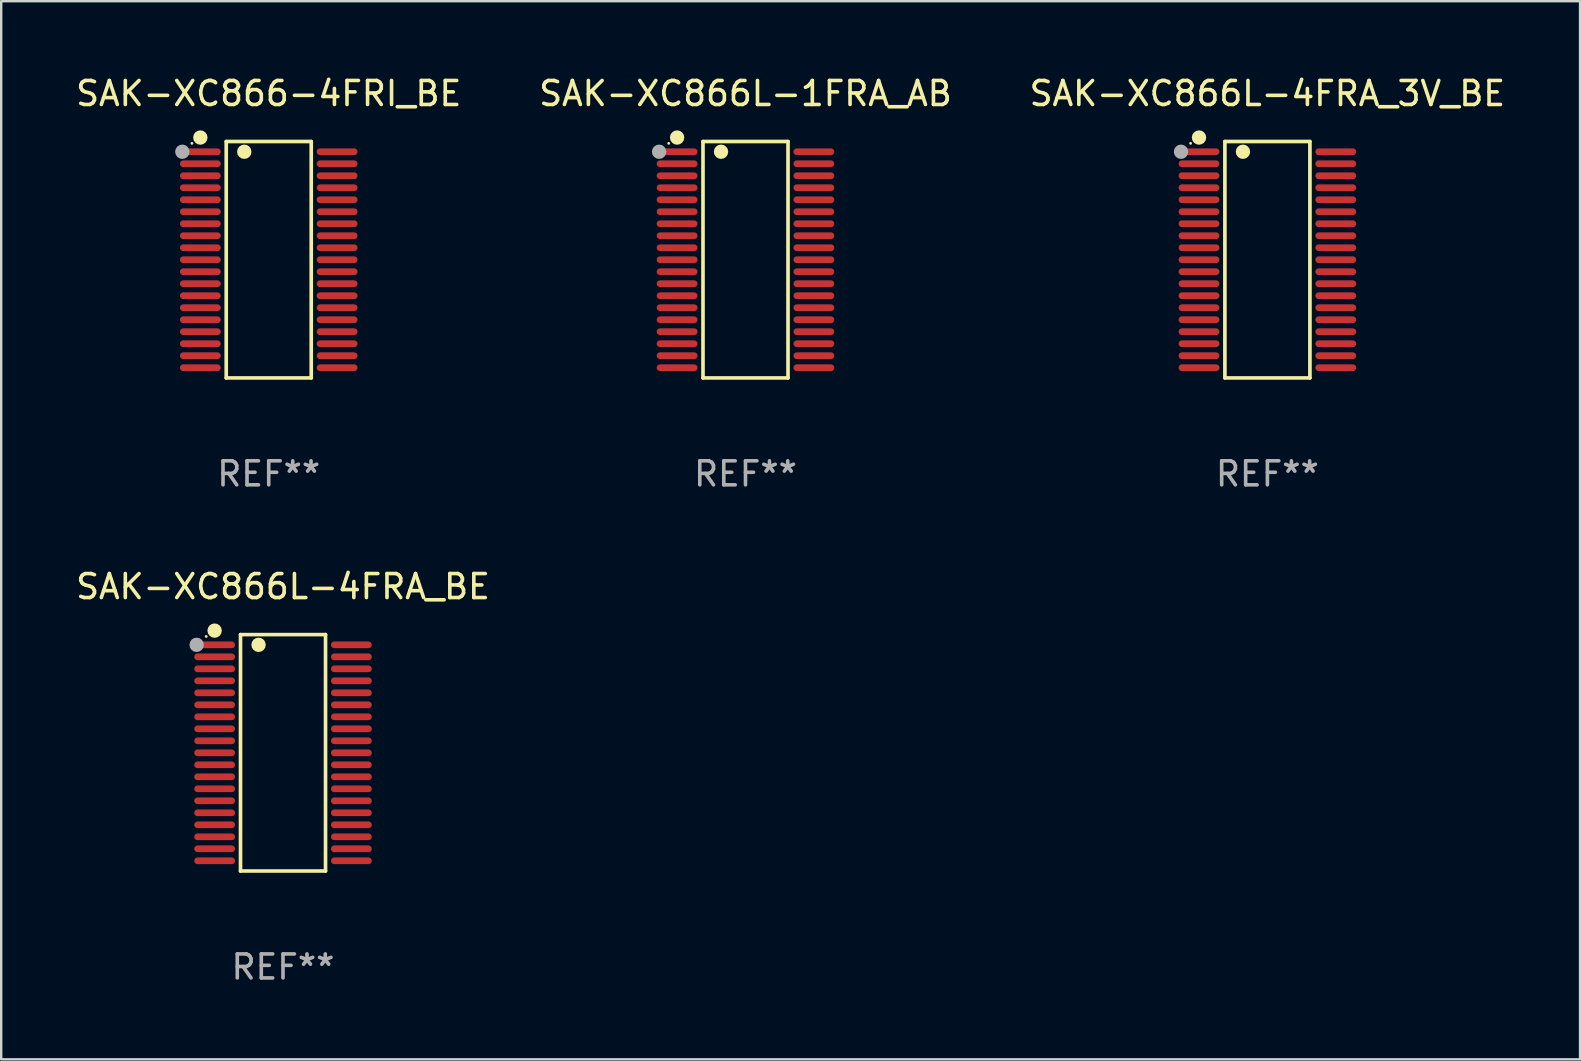
<source format=kicad_pcb>
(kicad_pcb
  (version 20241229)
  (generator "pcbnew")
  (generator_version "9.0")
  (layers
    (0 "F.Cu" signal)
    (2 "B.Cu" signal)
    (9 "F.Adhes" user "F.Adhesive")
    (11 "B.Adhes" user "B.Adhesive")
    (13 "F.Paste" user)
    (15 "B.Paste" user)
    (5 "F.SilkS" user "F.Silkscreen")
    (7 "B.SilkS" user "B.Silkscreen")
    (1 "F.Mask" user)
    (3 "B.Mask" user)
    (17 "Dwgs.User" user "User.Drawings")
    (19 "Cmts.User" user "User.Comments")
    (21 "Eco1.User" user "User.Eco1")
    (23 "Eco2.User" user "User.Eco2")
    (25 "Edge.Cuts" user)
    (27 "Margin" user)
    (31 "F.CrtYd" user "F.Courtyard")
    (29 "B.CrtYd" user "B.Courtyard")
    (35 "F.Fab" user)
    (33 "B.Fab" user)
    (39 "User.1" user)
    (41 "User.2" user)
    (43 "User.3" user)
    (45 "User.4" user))
  (footprint "SAK-XC866-4FRI_BE"
    (layer "F.Cu")
    (at 8.149 7.774)
    (property "Reference" "SAK-XC866-4FRI_BE" (at 0 -6.926 0) (layer "F.SilkS") (effects (font (size 1 1) (thickness 0.15))))
    (attr through_hole)
    (fp_line (start -1.771 -4.926) (end 1.772 -4.926) (stroke (width 0.152) (type solid)) (layer "F.SilkS"))
    (fp_line (start -1.771 4.926) (end -1.771 -4.926) (stroke (width 0.152) (type solid)) (layer "F.SilkS"))
    (fp_line (start 1.772 -4.926) (end 1.772 4.926) (stroke (width 0.152) (type solid)) (layer "F.SilkS"))
    (fp_line (start 1.772 4.926) (end -1.771 4.926) (stroke (width 0.152) (type solid)) (layer "F.SilkS"))
    (fp_circle (center -3.2 -4.85) (end -3.17 -4.85) (stroke (width 0.06) (type solid)) (fill no) (layer "F.SilkS"))
    (fp_circle (center -2.85 -5.092) (end -2.7 -5.092) (stroke (width 0.3) (type solid)) (fill no) (layer "F.SilkS"))
    (fp_circle (center -1.019 -4.5) (end -0.869 -4.5) (stroke (width 0.3) (type solid)) (fill no) (layer "F.SilkS"))
    (fp_circle (center -3.6 -4.5) (end -3.45 -4.5) (stroke (width 0.3) (type solid)) (fill no) (layer "F.Fab"))
    (fp_text user "REF**" (at 0 8.926 0) (layer "F.Fab") (effects (font (size 1 1) (thickness 0.15))))
    (pad "1" smd oval (at -2.85 -4.5 270) (size 0.28 1.7) (layers "F.Cu" "F.Mask" "F.Paste"))
    (pad "2" smd oval (at -2.85 -4 270) (size 0.28 1.7) (layers "F.Cu" "F.Mask" "F.Paste"))
    (pad "3" smd oval (at -2.85 -3.5 270) (size 0.28 1.7) (layers "F.Cu" "F.Mask" "F.Paste"))
    (pad "4" smd oval (at -2.85 -3 270) (size 0.28 1.7) (layers "F.Cu" "F.Mask" "F.Paste"))
    (pad "5" smd oval (at -2.85 -2.5 270) (size 0.28 1.7) (layers "F.Cu" "F.Mask" "F.Paste"))
    (pad "6" smd oval (at -2.85 -2 270) (size 0.28 1.7) (layers "F.Cu" "F.Mask" "F.Paste"))
    (pad "7" smd oval (at -2.85 -1.5 270) (size 0.28 1.7) (layers "F.Cu" "F.Mask" "F.Paste"))
    (pad "8" smd oval (at -2.85 -1 270) (size 0.28 1.7) (layers "F.Cu" "F.Mask" "F.Paste"))
    (pad "9" smd oval (at -2.85 -0.5 270) (size 0.28 1.7) (layers "F.Cu" "F.Mask" "F.Paste"))
    (pad "10" smd oval (at -2.85 0.000051 270) (size 0.28 1.7) (layers "F.Cu" "F.Mask" "F.Paste"))
    (pad "11" smd oval (at -2.85 0.5 270) (size 0.28 1.7) (layers "F.Cu" "F.Mask" "F.Paste"))
    (pad "12" smd oval (at -2.85 1 270) (size 0.28 1.7) (layers "F.Cu" "F.Mask" "F.Paste"))
    (pad "13" smd oval (at -2.85 1.5 270) (size 0.28 1.7) (layers "F.Cu" "F.Mask" "F.Paste"))
    (pad "14" smd oval (at -2.85 2 270) (size 0.28 1.7) (layers "F.Cu" "F.Mask" "F.Paste"))
    (pad "15" smd oval (at -2.85 2.5 270) (size 0.28 1.7) (layers "F.Cu" "F.Mask" "F.Paste"))
    (pad "16" smd oval (at -2.85 3 270) (size 0.28 1.7) (layers "F.Cu" "F.Mask" "F.Paste"))
    (pad "17" smd oval (at -2.85 3.5 270) (size 0.28 1.7) (layers "F.Cu" "F.Mask" "F.Paste"))
    (pad "18" smd oval (at -2.85 4 270) (size 0.28 1.7) (layers "F.Cu" "F.Mask" "F.Paste"))
    (pad "19" smd oval (at -2.85 4.5 270) (size 0.28 1.7) (layers "F.Cu" "F.Mask" "F.Paste"))
    (pad "20" smd oval (at 2.85 4.5 270) (size 0.28 1.7) (layers "F.Cu" "F.Mask" "F.Paste"))
    (pad "21" smd oval (at 2.85 4 270) (size 0.28 1.7) (layers "F.Cu" "F.Mask" "F.Paste"))
    (pad "22" smd oval (at 2.85 3.5 270) (size 0.28 1.7) (layers "F.Cu" "F.Mask" "F.Paste"))
    (pad "23" smd oval (at 2.85 3 270) (size 0.28 1.7) (layers "F.Cu" "F.Mask" "F.Paste"))
    (pad "24" smd oval (at 2.85 2.5 270) (size 0.28 1.7) (layers "F.Cu" "F.Mask" "F.Paste"))
    (pad "25" smd oval (at 2.85 2 270) (size 0.28 1.7) (layers "F.Cu" "F.Mask" "F.Paste"))
    (pad "26" smd oval (at 2.85 1.5 270) (size 0.28 1.7) (layers "F.Cu" "F.Mask" "F.Paste"))
    (pad "27" smd oval (at 2.85 1 270) (size 0.28 1.7) (layers "F.Cu" "F.Mask" "F.Paste"))
    (pad "28" smd oval (at 2.85 0.5 270) (size 0.28 1.7) (layers "F.Cu" "F.Mask" "F.Paste"))
    (pad "29" smd oval (at 2.85 0.000051 270) (size 0.28 1.7) (layers "F.Cu" "F.Mask" "F.Paste"))
    (pad "30" smd oval (at 2.85 -0.5 270) (size 0.28 1.7) (layers "F.Cu" "F.Mask" "F.Paste"))
    (pad "31" smd oval (at 2.85 -1 270) (size 0.28 1.7) (layers "F.Cu" "F.Mask" "F.Paste"))
    (pad "32" smd oval (at 2.85 -1.5 270) (size 0.28 1.7) (layers "F.Cu" "F.Mask" "F.Paste"))
    (pad "33" smd oval (at 2.85 -2 270) (size 0.28 1.7) (layers "F.Cu" "F.Mask" "F.Paste"))
    (pad "34" smd oval (at 2.85 -2.5 270) (size 0.28 1.7) (layers "F.Cu" "F.Mask" "F.Paste"))
    (pad "35" smd oval (at 2.85 -3 270) (size 0.28 1.7) (layers "F.Cu" "F.Mask" "F.Paste"))
    (pad "36" smd oval (at 2.85 -3.5 270) (size 0.28 1.7) (layers "F.Cu" "F.Mask" "F.Paste"))
    (pad "37" smd oval (at 2.85 -4 270) (size 0.28 1.7) (layers "F.Cu" "F.Mask" "F.Paste"))
    (pad "38" smd oval (at 2.85 -4.5 270) (size 0.28 1.7) (layers "F.Cu" "F.Mask" "F.Paste")))
  (footprint "SAK-XC866L-1FRA_AB"
    (layer "F.Cu")
    (at 28.018 7.774)
    (property "Reference" "SAK-XC866L-1FRA_AB" (at 0 -6.926 0) (layer "F.SilkS") (effects (font (size 1 1) (thickness 0.15))))
    (attr through_hole)
    (fp_line (start -1.771 -4.926) (end 1.772 -4.926) (stroke (width 0.152) (type solid)) (layer "F.SilkS"))
    (fp_line (start -1.771 4.926) (end -1.771 -4.926) (stroke (width 0.152) (type solid)) (layer "F.SilkS"))
    (fp_line (start 1.772 -4.926) (end 1.772 4.926) (stroke (width 0.152) (type solid)) (layer "F.SilkS"))
    (fp_line (start 1.772 4.926) (end -1.771 4.926) (stroke (width 0.152) (type solid)) (layer "F.SilkS"))
    (fp_circle (center -3.2 -4.85) (end -3.17 -4.85) (stroke (width 0.06) (type solid)) (fill no) (layer "F.SilkS"))
    (fp_circle (center -2.85 -5.092) (end -2.7 -5.092) (stroke (width 0.3) (type solid)) (fill no) (layer "F.SilkS"))
    (fp_circle (center -1.019 -4.5) (end -0.869 -4.5) (stroke (width 0.3) (type solid)) (fill no) (layer "F.SilkS"))
    (fp_circle (center -3.6 -4.5) (end -3.45 -4.5) (stroke (width 0.3) (type solid)) (fill no) (layer "F.Fab"))
    (fp_text user "REF**" (at 0 8.926 0) (layer "F.Fab") (effects (font (size 1 1) (thickness 0.15))))
    (pad "1" smd oval (at -2.85 -4.5 270) (size 0.28 1.7) (layers "F.Cu" "F.Mask" "F.Paste"))
    (pad "2" smd oval (at -2.85 -4 270) (size 0.28 1.7) (layers "F.Cu" "F.Mask" "F.Paste"))
    (pad "3" smd oval (at -2.85 -3.5 270) (size 0.28 1.7) (layers "F.Cu" "F.Mask" "F.Paste"))
    (pad "4" smd oval (at -2.85 -3 270) (size 0.28 1.7) (layers "F.Cu" "F.Mask" "F.Paste"))
    (pad "5" smd oval (at -2.85 -2.5 270) (size 0.28 1.7) (layers "F.Cu" "F.Mask" "F.Paste"))
    (pad "6" smd oval (at -2.85 -2 270) (size 0.28 1.7) (layers "F.Cu" "F.Mask" "F.Paste"))
    (pad "7" smd oval (at -2.85 -1.5 270) (size 0.28 1.7) (layers "F.Cu" "F.Mask" "F.Paste"))
    (pad "8" smd oval (at -2.85 -1 270) (size 0.28 1.7) (layers "F.Cu" "F.Mask" "F.Paste"))
    (pad "9" smd oval (at -2.85 -0.5 270) (size 0.28 1.7) (layers "F.Cu" "F.Mask" "F.Paste"))
    (pad "10" smd oval (at -2.85 0.000051 270) (size 0.28 1.7) (layers "F.Cu" "F.Mask" "F.Paste"))
    (pad "11" smd oval (at -2.85 0.5 270) (size 0.28 1.7) (layers "F.Cu" "F.Mask" "F.Paste"))
    (pad "12" smd oval (at -2.85 1 270) (size 0.28 1.7) (layers "F.Cu" "F.Mask" "F.Paste"))
    (pad "13" smd oval (at -2.85 1.5 270) (size 0.28 1.7) (layers "F.Cu" "F.Mask" "F.Paste"))
    (pad "14" smd oval (at -2.85 2 270) (size 0.28 1.7) (layers "F.Cu" "F.Mask" "F.Paste"))
    (pad "15" smd oval (at -2.85 2.5 270) (size 0.28 1.7) (layers "F.Cu" "F.Mask" "F.Paste"))
    (pad "16" smd oval (at -2.85 3 270) (size 0.28 1.7) (layers "F.Cu" "F.Mask" "F.Paste"))
    (pad "17" smd oval (at -2.85 3.5 270) (size 0.28 1.7) (layers "F.Cu" "F.Mask" "F.Paste"))
    (pad "18" smd oval (at -2.85 4 270) (size 0.28 1.7) (layers "F.Cu" "F.Mask" "F.Paste"))
    (pad "19" smd oval (at -2.85 4.5 270) (size 0.28 1.7) (layers "F.Cu" "F.Mask" "F.Paste"))
    (pad "20" smd oval (at 2.85 4.5 270) (size 0.28 1.7) (layers "F.Cu" "F.Mask" "F.Paste"))
    (pad "21" smd oval (at 2.85 4 270) (size 0.28 1.7) (layers "F.Cu" "F.Mask" "F.Paste"))
    (pad "22" smd oval (at 2.85 3.5 270) (size 0.28 1.7) (layers "F.Cu" "F.Mask" "F.Paste"))
    (pad "23" smd oval (at 2.85 3 270) (size 0.28 1.7) (layers "F.Cu" "F.Mask" "F.Paste"))
    (pad "24" smd oval (at 2.85 2.5 270) (size 0.28 1.7) (layers "F.Cu" "F.Mask" "F.Paste"))
    (pad "25" smd oval (at 2.85 2 270) (size 0.28 1.7) (layers "F.Cu" "F.Mask" "F.Paste"))
    (pad "26" smd oval (at 2.85 1.5 270) (size 0.28 1.7) (layers "F.Cu" "F.Mask" "F.Paste"))
    (pad "27" smd oval (at 2.85 1 270) (size 0.28 1.7) (layers "F.Cu" "F.Mask" "F.Paste"))
    (pad "28" smd oval (at 2.85 0.5 270) (size 0.28 1.7) (layers "F.Cu" "F.Mask" "F.Paste"))
    (pad "29" smd oval (at 2.85 0.000051 270) (size 0.28 1.7) (layers "F.Cu" "F.Mask" "F.Paste"))
    (pad "30" smd oval (at 2.85 -0.5 270) (size 0.28 1.7) (layers "F.Cu" "F.Mask" "F.Paste"))
    (pad "31" smd oval (at 2.85 -1 270) (size 0.28 1.7) (layers "F.Cu" "F.Mask" "F.Paste"))
    (pad "32" smd oval (at 2.85 -1.5 270) (size 0.28 1.7) (layers "F.Cu" "F.Mask" "F.Paste"))
    (pad "33" smd oval (at 2.85 -2 270) (size 0.28 1.7) (layers "F.Cu" "F.Mask" "F.Paste"))
    (pad "34" smd oval (at 2.85 -2.5 270) (size 0.28 1.7) (layers "F.Cu" "F.Mask" "F.Paste"))
    (pad "35" smd oval (at 2.85 -3 270) (size 0.28 1.7) (layers "F.Cu" "F.Mask" "F.Paste"))
    (pad "36" smd oval (at 2.85 -3.5 270) (size 0.28 1.7) (layers "F.Cu" "F.Mask" "F.Paste"))
    (pad "37" smd oval (at 2.85 -4 270) (size 0.28 1.7) (layers "F.Cu" "F.Mask" "F.Paste"))
    (pad "38" smd oval (at 2.85 -4.5 270) (size 0.28 1.7) (layers "F.Cu" "F.Mask" "F.Paste")))
  (footprint "SAK-XC866L-4FRA_BE"
    (layer "F.Cu")
    (at 8.744 28.323)
    (property "Reference" "SAK-XC866L-4FRA_BE" (at 0 -6.926 0) (layer "F.SilkS") (effects (font (size 1 1) (thickness 0.15))))
    (attr through_hole)
    (fp_line (start -1.771 -4.926) (end 1.772 -4.926) (stroke (width 0.152) (type solid)) (layer "F.SilkS"))
    (fp_line (start -1.771 4.926) (end -1.771 -4.926) (stroke (width 0.152) (type solid)) (layer "F.SilkS"))
    (fp_line (start 1.772 -4.926) (end 1.772 4.926) (stroke (width 0.152) (type solid)) (layer "F.SilkS"))
    (fp_line (start 1.772 4.926) (end -1.771 4.926) (stroke (width 0.152) (type solid)) (layer "F.SilkS"))
    (fp_circle (center -3.2 -4.85) (end -3.17 -4.85) (stroke (width 0.06) (type solid)) (fill no) (layer "F.SilkS"))
    (fp_circle (center -2.85 -5.092) (end -2.7 -5.092) (stroke (width 0.3) (type solid)) (fill no) (layer "F.SilkS"))
    (fp_circle (center -1.019 -4.5) (end -0.869 -4.5) (stroke (width 0.3) (type solid)) (fill no) (layer "F.SilkS"))
    (fp_circle (center -3.6 -4.5) (end -3.45 -4.5) (stroke (width 0.3) (type solid)) (fill no) (layer "F.Fab"))
    (fp_text user "REF**" (at 0 8.926 0) (layer "F.Fab") (effects (font (size 1 1) (thickness 0.15))))
    (pad "1" smd oval (at -2.85 -4.5 270) (size 0.28 1.7) (layers "F.Cu" "F.Mask" "F.Paste"))
    (pad "2" smd oval (at -2.85 -4 270) (size 0.28 1.7) (layers "F.Cu" "F.Mask" "F.Paste"))
    (pad "3" smd oval (at -2.85 -3.5 270) (size 0.28 1.7) (layers "F.Cu" "F.Mask" "F.Paste"))
    (pad "4" smd oval (at -2.85 -3 270) (size 0.28 1.7) (layers "F.Cu" "F.Mask" "F.Paste"))
    (pad "5" smd oval (at -2.85 -2.5 270) (size 0.28 1.7) (layers "F.Cu" "F.Mask" "F.Paste"))
    (pad "6" smd oval (at -2.85 -2 270) (size 0.28 1.7) (layers "F.Cu" "F.Mask" "F.Paste"))
    (pad "7" smd oval (at -2.85 -1.5 270) (size 0.28 1.7) (layers "F.Cu" "F.Mask" "F.Paste"))
    (pad "8" smd oval (at -2.85 -1 270) (size 0.28 1.7) (layers "F.Cu" "F.Mask" "F.Paste"))
    (pad "9" smd oval (at -2.85 -0.5 270) (size 0.28 1.7) (layers "F.Cu" "F.Mask" "F.Paste"))
    (pad "10" smd oval (at -2.85 0.000051 270) (size 0.28 1.7) (layers "F.Cu" "F.Mask" "F.Paste"))
    (pad "11" smd oval (at -2.85 0.5 270) (size 0.28 1.7) (layers "F.Cu" "F.Mask" "F.Paste"))
    (pad "12" smd oval (at -2.85 1 270) (size 0.28 1.7) (layers "F.Cu" "F.Mask" "F.Paste"))
    (pad "13" smd oval (at -2.85 1.5 270) (size 0.28 1.7) (layers "F.Cu" "F.Mask" "F.Paste"))
    (pad "14" smd oval (at -2.85 2 270) (size 0.28 1.7) (layers "F.Cu" "F.Mask" "F.Paste"))
    (pad "15" smd oval (at -2.85 2.5 270) (size 0.28 1.7) (layers "F.Cu" "F.Mask" "F.Paste"))
    (pad "16" smd oval (at -2.85 3 270) (size 0.28 1.7) (layers "F.Cu" "F.Mask" "F.Paste"))
    (pad "17" smd oval (at -2.85 3.5 270) (size 0.28 1.7) (layers "F.Cu" "F.Mask" "F.Paste"))
    (pad "18" smd oval (at -2.85 4 270) (size 0.28 1.7) (layers "F.Cu" "F.Mask" "F.Paste"))
    (pad "19" smd oval (at -2.85 4.5 270) (size 0.28 1.7) (layers "F.Cu" "F.Mask" "F.Paste"))
    (pad "20" smd oval (at 2.85 4.5 270) (size 0.28 1.7) (layers "F.Cu" "F.Mask" "F.Paste"))
    (pad "21" smd oval (at 2.85 4 270) (size 0.28 1.7) (layers "F.Cu" "F.Mask" "F.Paste"))
    (pad "22" smd oval (at 2.85 3.5 270) (size 0.28 1.7) (layers "F.Cu" "F.Mask" "F.Paste"))
    (pad "23" smd oval (at 2.85 3 270) (size 0.28 1.7) (layers "F.Cu" "F.Mask" "F.Paste"))
    (pad "24" smd oval (at 2.85 2.5 270) (size 0.28 1.7) (layers "F.Cu" "F.Mask" "F.Paste"))
    (pad "25" smd oval (at 2.85 2 270) (size 0.28 1.7) (layers "F.Cu" "F.Mask" "F.Paste"))
    (pad "26" smd oval (at 2.85 1.5 270) (size 0.28 1.7) (layers "F.Cu" "F.Mask" "F.Paste"))
    (pad "27" smd oval (at 2.85 1 270) (size 0.28 1.7) (layers "F.Cu" "F.Mask" "F.Paste"))
    (pad "28" smd oval (at 2.85 0.5 270) (size 0.28 1.7) (layers "F.Cu" "F.Mask" "F.Paste"))
    (pad "29" smd oval (at 2.85 0.000051 270) (size 0.28 1.7) (layers "F.Cu" "F.Mask" "F.Paste"))
    (pad "30" smd oval (at 2.85 -0.5 270) (size 0.28 1.7) (layers "F.Cu" "F.Mask" "F.Paste"))
    (pad "31" smd oval (at 2.85 -1 270) (size 0.28 1.7) (layers "F.Cu" "F.Mask" "F.Paste"))
    (pad "32" smd oval (at 2.85 -1.5 270) (size 0.28 1.7) (layers "F.Cu" "F.Mask" "F.Paste"))
    (pad "33" smd oval (at 2.85 -2 270) (size 0.28 1.7) (layers "F.Cu" "F.Mask" "F.Paste"))
    (pad "34" smd oval (at 2.85 -2.5 270) (size 0.28 1.7) (layers "F.Cu" "F.Mask" "F.Paste"))
    (pad "35" smd oval (at 2.85 -3 270) (size 0.28 1.7) (layers "F.Cu" "F.Mask" "F.Paste"))
    (pad "36" smd oval (at 2.85 -3.5 270) (size 0.28 1.7) (layers "F.Cu" "F.Mask" "F.Paste"))
    (pad "37" smd oval (at 2.85 -4 270) (size 0.28 1.7) (layers "F.Cu" "F.Mask" "F.Paste"))
    (pad "38" smd oval (at 2.85 -4.5 270) (size 0.28 1.7) (layers "F.Cu" "F.Mask" "F.Paste")))
  (footprint "SAK-XC866L-4FRA_3V_BE"
    (layer "F.Cu")
    (at 49.768 7.774)
    (property "Reference" "SAK-XC866L-4FRA_3V_BE" (at 0 -6.926 0) (layer "F.SilkS") (effects (font (size 1 1) (thickness 0.15))))
    (attr through_hole)
    (fp_line (start -1.771 -4.926) (end 1.772 -4.926) (stroke (width 0.152) (type solid)) (layer "F.SilkS"))
    (fp_line (start -1.771 4.926) (end -1.771 -4.926) (stroke (width 0.152) (type solid)) (layer "F.SilkS"))
    (fp_line (start 1.772 -4.926) (end 1.772 4.926) (stroke (width 0.152) (type solid)) (layer "F.SilkS"))
    (fp_line (start 1.772 4.926) (end -1.771 4.926) (stroke (width 0.152) (type solid)) (layer "F.SilkS"))
    (fp_circle (center -3.2 -4.85) (end -3.17 -4.85) (stroke (width 0.06) (type solid)) (fill no) (layer "F.SilkS"))
    (fp_circle (center -2.85 -5.092) (end -2.7 -5.092) (stroke (width 0.3) (type solid)) (fill no) (layer "F.SilkS"))
    (fp_circle (center -1.019 -4.5) (end -0.869 -4.5) (stroke (width 0.3) (type solid)) (fill no) (layer "F.SilkS"))
    (fp_circle (center -3.6 -4.5) (end -3.45 -4.5) (stroke (width 0.3) (type solid)) (fill no) (layer "F.Fab"))
    (fp_text user "REF**" (at 0 8.926 0) (layer "F.Fab") (effects (font (size 1 1) (thickness 0.15))))
    (pad "1" smd oval (at -2.85 -4.5 270) (size 0.28 1.7) (layers "F.Cu" "F.Mask" "F.Paste"))
    (pad "2" smd oval (at -2.85 -4 270) (size 0.28 1.7) (layers "F.Cu" "F.Mask" "F.Paste"))
    (pad "3" smd oval (at -2.85 -3.5 270) (size 0.28 1.7) (layers "F.Cu" "F.Mask" "F.Paste"))
    (pad "4" smd oval (at -2.85 -3 270) (size 0.28 1.7) (layers "F.Cu" "F.Mask" "F.Paste"))
    (pad "5" smd oval (at -2.85 -2.5 270) (size 0.28 1.7) (layers "F.Cu" "F.Mask" "F.Paste"))
    (pad "6" smd oval (at -2.85 -2 270) (size 0.28 1.7) (layers "F.Cu" "F.Mask" "F.Paste"))
    (pad "7" smd oval (at -2.85 -1.5 270) (size 0.28 1.7) (layers "F.Cu" "F.Mask" "F.Paste"))
    (pad "8" smd oval (at -2.85 -1 270) (size 0.28 1.7) (layers "F.Cu" "F.Mask" "F.Paste"))
    (pad "9" smd oval (at -2.85 -0.5 270) (size 0.28 1.7) (layers "F.Cu" "F.Mask" "F.Paste"))
    (pad "10" smd oval (at -2.85 0.000051 270) (size 0.28 1.7) (layers "F.Cu" "F.Mask" "F.Paste"))
    (pad "11" smd oval (at -2.85 0.5 270) (size 0.28 1.7) (layers "F.Cu" "F.Mask" "F.Paste"))
    (pad "12" smd oval (at -2.85 1 270) (size 0.28 1.7) (layers "F.Cu" "F.Mask" "F.Paste"))
    (pad "13" smd oval (at -2.85 1.5 270) (size 0.28 1.7) (layers "F.Cu" "F.Mask" "F.Paste"))
    (pad "14" smd oval (at -2.85 2 270) (size 0.28 1.7) (layers "F.Cu" "F.Mask" "F.Paste"))
    (pad "15" smd oval (at -2.85 2.5 270) (size 0.28 1.7) (layers "F.Cu" "F.Mask" "F.Paste"))
    (pad "16" smd oval (at -2.85 3 270) (size 0.28 1.7) (layers "F.Cu" "F.Mask" "F.Paste"))
    (pad "17" smd oval (at -2.85 3.5 270) (size 0.28 1.7) (layers "F.Cu" "F.Mask" "F.Paste"))
    (pad "18" smd oval (at -2.85 4 270) (size 0.28 1.7) (layers "F.Cu" "F.Mask" "F.Paste"))
    (pad "19" smd oval (at -2.85 4.5 270) (size 0.28 1.7) (layers "F.Cu" "F.Mask" "F.Paste"))
    (pad "20" smd oval (at 2.85 4.5 270) (size 0.28 1.7) (layers "F.Cu" "F.Mask" "F.Paste"))
    (pad "21" smd oval (at 2.85 4 270) (size 0.28 1.7) (layers "F.Cu" "F.Mask" "F.Paste"))
    (pad "22" smd oval (at 2.85 3.5 270) (size 0.28 1.7) (layers "F.Cu" "F.Mask" "F.Paste"))
    (pad "23" smd oval (at 2.85 3 270) (size 0.28 1.7) (layers "F.Cu" "F.Mask" "F.Paste"))
    (pad "24" smd oval (at 2.85 2.5 270) (size 0.28 1.7) (layers "F.Cu" "F.Mask" "F.Paste"))
    (pad "25" smd oval (at 2.85 2 270) (size 0.28 1.7) (layers "F.Cu" "F.Mask" "F.Paste"))
    (pad "26" smd oval (at 2.85 1.5 270) (size 0.28 1.7) (layers "F.Cu" "F.Mask" "F.Paste"))
    (pad "27" smd oval (at 2.85 1 270) (size 0.28 1.7) (layers "F.Cu" "F.Mask" "F.Paste"))
    (pad "28" smd oval (at 2.85 0.5 270) (size 0.28 1.7) (layers "F.Cu" "F.Mask" "F.Paste"))
    (pad "29" smd oval (at 2.85 0.000051 270) (size 0.28 1.7) (layers "F.Cu" "F.Mask" "F.Paste"))
    (pad "30" smd oval (at 2.85 -0.5 270) (size 0.28 1.7) (layers "F.Cu" "F.Mask" "F.Paste"))
    (pad "31" smd oval (at 2.85 -1 270) (size 0.28 1.7) (layers "F.Cu" "F.Mask" "F.Paste"))
    (pad "32" smd oval (at 2.85 -1.5 270) (size 0.28 1.7) (layers "F.Cu" "F.Mask" "F.Paste"))
    (pad "33" smd oval (at 2.85 -2 270) (size 0.28 1.7) (layers "F.Cu" "F.Mask" "F.Paste"))
    (pad "34" smd oval (at 2.85 -2.5 270) (size 0.28 1.7) (layers "F.Cu" "F.Mask" "F.Paste"))
    (pad "35" smd oval (at 2.85 -3 270) (size 0.28 1.7) (layers "F.Cu" "F.Mask" "F.Paste"))
    (pad "36" smd oval (at 2.85 -3.5 270) (size 0.28 1.7) (layers "F.Cu" "F.Mask" "F.Paste"))
    (pad "37" smd oval (at 2.85 -4 270) (size 0.28 1.7) (layers "F.Cu" "F.Mask" "F.Paste"))
    (pad "38" smd oval (at 2.85 -4.5 270) (size 0.28 1.7) (layers "F.Cu" "F.Mask" "F.Paste")))
  (gr_rect
    (start -3 -3)
    (end 62.798 41.098)
    (stroke (width 0.1) (type default))
    (fill no)
    (layer "Edge.Cuts")))
</source>
